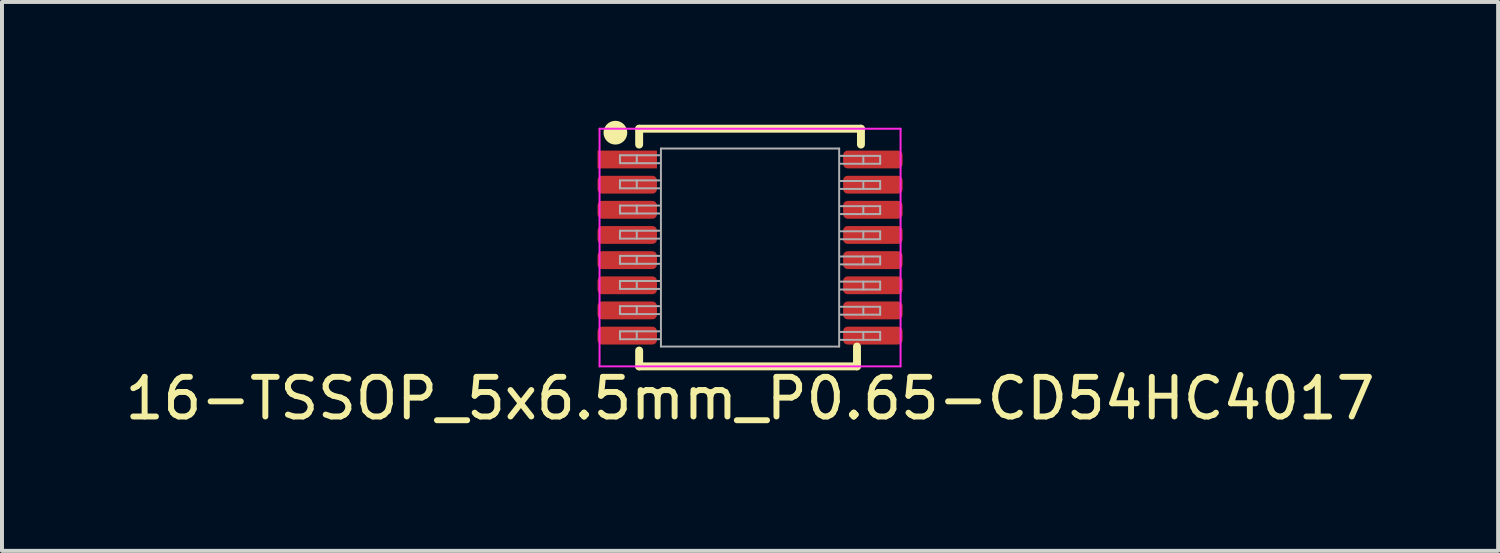
<source format=kicad_pcb>
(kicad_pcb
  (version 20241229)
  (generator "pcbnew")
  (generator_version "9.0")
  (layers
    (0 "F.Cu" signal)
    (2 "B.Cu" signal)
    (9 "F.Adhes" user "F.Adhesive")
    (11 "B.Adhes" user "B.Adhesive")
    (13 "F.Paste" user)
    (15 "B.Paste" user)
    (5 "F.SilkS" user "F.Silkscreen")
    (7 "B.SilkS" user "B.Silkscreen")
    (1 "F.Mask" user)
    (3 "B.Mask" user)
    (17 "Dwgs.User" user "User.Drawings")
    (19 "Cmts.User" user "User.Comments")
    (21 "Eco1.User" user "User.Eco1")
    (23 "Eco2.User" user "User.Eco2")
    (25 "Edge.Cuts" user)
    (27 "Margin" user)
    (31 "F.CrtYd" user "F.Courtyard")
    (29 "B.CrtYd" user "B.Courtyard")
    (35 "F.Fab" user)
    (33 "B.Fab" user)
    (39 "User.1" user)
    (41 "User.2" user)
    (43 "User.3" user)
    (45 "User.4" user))
  (footprint "16-TSSOP_5x6.5mm_P0.65-CD54HC4017"
    (layer "F.Cu")
    (at 15.887 3.2)
    (property "Reference" "16-TSSOP_5x6.5mm_P0.65-CD54HC4017" (at 0 3.81 0) (layer "F.SilkS") (effects (font (size 1 1) (thickness 0.15))))
    (attr through_hole)
    (fp_line (start -2.8 -3) (end -2.8 -2.6) (stroke (width 0.2) (type solid)) (layer "F.SilkS"))
    (fp_line (start -2.8 -3) (end 2.8 -3) (stroke (width 0.2) (type solid)) (layer "F.SilkS"))
    (fp_line (start -2.8 3) (end -2.8 2.6) (stroke (width 0.2) (type solid)) (layer "F.SilkS"))
    (fp_line (start 2.7 2.5) (end 2.7 3) (stroke (width 0.2) (type solid)) (layer "F.SilkS"))
    (fp_line (start 2.7 3) (end -2.8 3) (stroke (width 0.2) (type solid)) (layer "F.SilkS"))
    (fp_line (start 2.8 -3) (end 2.8 -2.6) (stroke (width 0.2) (type solid)) (layer "F.SilkS"))
    (fp_circle (center -3.4 -2.9) (end -3.25 -2.9) (stroke (width 0.3) (type solid)) (fill no) (layer "F.SilkS"))
    (fp_line (start -3.8 -3) (end 3.8 -3) (stroke (width 0.05) (type solid)) (layer "F.CrtYd"))
    (fp_line (start -3.8 3) (end -3.8 -3) (stroke (width 0.05) (type solid)) (layer "F.CrtYd"))
    (fp_line (start 3.8 -3) (end 3.8 3) (stroke (width 0.05) (type solid)) (layer "F.CrtYd"))
    (fp_line (start 3.8 3) (end -3.8 3) (stroke (width 0.05) (type solid)) (layer "F.CrtYd"))
    (fp_line (start -3.285 -2.33) (end -3.285 -2.13) (stroke (width 0.05) (type solid)) (layer "F.Fab"))
    (fp_line (start -3.285 -2.13) (end -2.285 -2.13) (stroke (width 0.05) (type solid)) (layer "F.Fab"))
    (fp_line (start -3.285 -1.695) (end -3.285 -1.495) (stroke (width 0.05) (type solid)) (layer "F.Fab"))
    (fp_line (start -3.285 -1.495) (end -2.285 -1.495) (stroke (width 0.05) (type solid)) (layer "F.Fab"))
    (fp_line (start -3.285 -1.06) (end -3.285 -0.86) (stroke (width 0.05) (type solid)) (layer "F.Fab"))
    (fp_line (start -3.285 -0.86) (end -2.285 -0.86) (stroke (width 0.05) (type solid)) (layer "F.Fab"))
    (fp_line (start -3.285 -0.425) (end -3.285 -0.225) (stroke (width 0.05) (type solid)) (layer "F.Fab"))
    (fp_line (start -3.285 -0.225) (end -2.285 -0.225) (stroke (width 0.05) (type solid)) (layer "F.Fab"))
    (fp_line (start -3.285 0.21) (end -3.285 0.41) (stroke (width 0.05) (type solid)) (layer "F.Fab"))
    (fp_line (start -3.285 0.41) (end -2.285 0.41) (stroke (width 0.05) (type solid)) (layer "F.Fab"))
    (fp_line (start -3.285 0.845) (end -3.285 1.045) (stroke (width 0.05) (type solid)) (layer "F.Fab"))
    (fp_line (start -3.285 1.045) (end -2.285 1.045) (stroke (width 0.05) (type solid)) (layer "F.Fab"))
    (fp_line (start -3.285 1.48) (end -3.285 1.68) (stroke (width 0.05) (type solid)) (layer "F.Fab"))
    (fp_line (start -3.285 1.68) (end -2.285 1.68) (stroke (width 0.05) (type solid)) (layer "F.Fab"))
    (fp_line (start -3.285 2.115) (end -3.285 2.315) (stroke (width 0.05) (type solid)) (layer "F.Fab"))
    (fp_line (start -3.285 2.315) (end -2.285 2.315) (stroke (width 0.05) (type solid)) (layer "F.Fab"))
    (fp_line (start -2.86 -2.33) (end -2.86 -2.13) (stroke (width 0.05) (type solid)) (layer "F.Fab"))
    (fp_line (start -2.86 -1.695) (end -2.86 -1.495) (stroke (width 0.05) (type solid)) (layer "F.Fab"))
    (fp_line (start -2.86 -1.06) (end -2.86 -0.86) (stroke (width 0.05) (type solid)) (layer "F.Fab"))
    (fp_line (start -2.86 -0.425) (end -2.86 -0.225) (stroke (width 0.05) (type solid)) (layer "F.Fab"))
    (fp_line (start -2.86 0.21) (end -2.86 0.41) (stroke (width 0.05) (type solid)) (layer "F.Fab"))
    (fp_line (start -2.86 0.845) (end -2.86 1.045) (stroke (width 0.05) (type solid)) (layer "F.Fab"))
    (fp_line (start -2.86 1.48) (end -2.86 1.68) (stroke (width 0.05) (type solid)) (layer "F.Fab"))
    (fp_line (start -2.86 2.115) (end -2.86 2.315) (stroke (width 0.05) (type solid)) (layer "F.Fab"))
    (fp_line (start -2.285 -2.33) (end -3.285 -2.33) (stroke (width 0.05) (type solid)) (layer "F.Fab"))
    (fp_line (start -2.285 -1.695) (end -3.285 -1.695) (stroke (width 0.05) (type solid)) (layer "F.Fab"))
    (fp_line (start -2.285 -1.06) (end -3.285 -1.06) (stroke (width 0.05) (type solid)) (layer "F.Fab"))
    (fp_line (start -2.285 -0.425) (end -3.285 -0.425) (stroke (width 0.05) (type solid)) (layer "F.Fab"))
    (fp_line (start -2.285 0.21) (end -3.285 0.21) (stroke (width 0.05) (type solid)) (layer "F.Fab"))
    (fp_line (start -2.285 0.845) (end -3.285 0.845) (stroke (width 0.05) (type solid)) (layer "F.Fab"))
    (fp_line (start -2.285 1.48) (end -3.285 1.48) (stroke (width 0.05) (type solid)) (layer "F.Fab"))
    (fp_line (start -2.285 2.115) (end -3.285 2.115) (stroke (width 0.05) (type solid)) (layer "F.Fab"))
    (fp_line (start -2.25 -2.5) (end 2.25 -2.5) (stroke (width 0.05) (type solid)) (layer "F.Fab"))
    (fp_line (start -2.25 2.5) (end -2.25 -2.5) (stroke (width 0.05) (type solid)) (layer "F.Fab"))
    (fp_line (start 2.25 -2.5) (end 2.25 2.5) (stroke (width 0.05) (type solid)) (layer "F.Fab"))
    (fp_line (start 2.25 2.5) (end -2.25 2.5) (stroke (width 0.05) (type solid)) (layer "F.Fab"))
    (fp_line (start 2.285 -2.115) (end 3.285 -2.115) (stroke (width 0.05) (type solid)) (layer "F.Fab"))
    (fp_line (start 2.285 -1.48) (end 3.285 -1.48) (stroke (width 0.05) (type solid)) (layer "F.Fab"))
    (fp_line (start 2.285 -0.845) (end 3.285 -0.845) (stroke (width 0.05) (type solid)) (layer "F.Fab"))
    (fp_line (start 2.285 -0.21) (end 3.285 -0.21) (stroke (width 0.05) (type solid)) (layer "F.Fab"))
    (fp_line (start 2.285 0.425) (end 3.285 0.425) (stroke (width 0.05) (type solid)) (layer "F.Fab"))
    (fp_line (start 2.285 1.06) (end 3.285 1.06) (stroke (width 0.05) (type solid)) (layer "F.Fab"))
    (fp_line (start 2.285 1.695) (end 3.285 1.695) (stroke (width 0.05) (type solid)) (layer "F.Fab"))
    (fp_line (start 2.285 2.33) (end 3.285 2.33) (stroke (width 0.05) (type solid)) (layer "F.Fab"))
    (fp_line (start 2.86 -2.115) (end 2.86 -2.315) (stroke (width 0.05) (type solid)) (layer "F.Fab"))
    (fp_line (start 2.86 -1.48) (end 2.86 -1.68) (stroke (width 0.05) (type solid)) (layer "F.Fab"))
    (fp_line (start 2.86 -0.845) (end 2.86 -1.045) (stroke (width 0.05) (type solid)) (layer "F.Fab"))
    (fp_line (start 2.86 -0.21) (end 2.86 -0.41) (stroke (width 0.05) (type solid)) (layer "F.Fab"))
    (fp_line (start 2.86 0.425) (end 2.86 0.225) (stroke (width 0.05) (type solid)) (layer "F.Fab"))
    (fp_line (start 2.86 1.06) (end 2.86 0.86) (stroke (width 0.05) (type solid)) (layer "F.Fab"))
    (fp_line (start 2.86 1.695) (end 2.86 1.495) (stroke (width 0.05) (type solid)) (layer "F.Fab"))
    (fp_line (start 2.86 2.33) (end 2.86 2.13) (stroke (width 0.05) (type solid)) (layer "F.Fab"))
    (fp_line (start 3.285 -2.315) (end 2.285 -2.315) (stroke (width 0.05) (type solid)) (layer "F.Fab"))
    (fp_line (start 3.285 -2.115) (end 3.285 -2.315) (stroke (width 0.05) (type solid)) (layer "F.Fab"))
    (fp_line (start 3.285 -1.68) (end 2.285 -1.68) (stroke (width 0.05) (type solid)) (layer "F.Fab"))
    (fp_line (start 3.285 -1.48) (end 3.285 -1.68) (stroke (width 0.05) (type solid)) (layer "F.Fab"))
    (fp_line (start 3.285 -1.045) (end 2.285 -1.045) (stroke (width 0.05) (type solid)) (layer "F.Fab"))
    (fp_line (start 3.285 -0.845) (end 3.285 -1.045) (stroke (width 0.05) (type solid)) (layer "F.Fab"))
    (fp_line (start 3.285 -0.41) (end 2.285 -0.41) (stroke (width 0.05) (type solid)) (layer "F.Fab"))
    (fp_line (start 3.285 -0.21) (end 3.285 -0.41) (stroke (width 0.05) (type solid)) (layer "F.Fab"))
    (fp_line (start 3.285 0.225) (end 2.285 0.225) (stroke (width 0.05) (type solid)) (layer "F.Fab"))
    (fp_line (start 3.285 0.425) (end 3.285 0.225) (stroke (width 0.05) (type solid)) (layer "F.Fab"))
    (fp_line (start 3.285 0.86) (end 2.285 0.86) (stroke (width 0.05) (type solid)) (layer "F.Fab"))
    (fp_line (start 3.285 1.06) (end 3.285 0.86) (stroke (width 0.05) (type solid)) (layer "F.Fab"))
    (fp_line (start 3.285 1.495) (end 2.285 1.495) (stroke (width 0.05) (type solid)) (layer "F.Fab"))
    (fp_line (start 3.285 1.695) (end 3.285 1.495) (stroke (width 0.05) (type solid)) (layer "F.Fab"))
    (fp_line (start 3.285 2.13) (end 2.285 2.13) (stroke (width 0.05) (type solid)) (layer "F.Fab"))
    (fp_line (start 3.285 2.33) (end 3.285 2.13) (stroke (width 0.05) (type solid)) (layer "F.Fab"))
    (fp_text user "CP" (at 2.2 -0.953 0) (layer "Eco1.User") (effects (font (size 0.25 0.25) (thickness 0.062)) (justify right)))
    (fp_text user "~{CE}" (at 2.2 -0.318 0) (layer "Eco1.User") (effects (font (size 0.25 0.25) (thickness 0.062)) (justify right)))
    (fp_text user "O2" (at -2.2 -0.318 0) (layer "Eco1.User") (effects (font (size 0.25 0.25) (thickness 0.062)) (justify left)))
    (fp_text user "O7" (at -2.2 0.953 0) (layer "Eco1.User") (effects (font (size 0.25 0.25) (thickness 0.062)) (justify left)))
    (fp_text user "O3" (at -2.2 1.587 0) (layer "Eco1.User") (effects (font (size 0.25 0.25) (thickness 0.062)) (justify left)))
    (fp_text user "GND" (at -2.2 2.223 0) (layer "Eco1.User") (effects (font (size 0.25 0.25) (thickness 0.062)) (justify left)))
    (fp_text user "VCC" (at 2.2 -2.223 0) (layer "Eco1.User") (effects (font (size 0.25 0.25) (thickness 0.062)) (justify right)))
    (fp_text user "O0" (at -2.2 -0.953 0) (layer "Eco1.User") (effects (font (size 0.25 0.25) (thickness 0.062)) (justify left)))
    (fp_text user "O5" (at -2.2 -2.223 0) (layer "Eco1.User") (effects (font (size 0.25 0.25) (thickness 0.062)) (justify left)))
    (fp_text user "O1" (at -2.2 -1.587 0) (layer "Eco1.User") (effects (font (size 0.25 0.25) (thickness 0.062)) (justify left)))
    (fp_text user "O4" (at 2.2 1.587 0) (layer "Eco1.User") (effects (font (size 0.25 0.25) (thickness 0.062)) (justify right)))
    (fp_text user "MR" (at 2.2 -1.587 0) (layer "Eco1.User") (effects (font (size 0.25 0.25) (thickness 0.062)) (justify right)))
    (fp_text user "TC" (at 2.2 0.318 0) (layer "Eco1.User") (effects (font (size 0.25 0.25) (thickness 0.062)) (justify right)))
    (fp_text user "O8" (at 2.2 2.223 0) (layer "Eco1.User") (effects (font (size 0.25 0.25) (thickness 0.062)) (justify right)))
    (fp_text user "O9" (at 2.2 0.953 0) (layer "Eco1.User") (effects (font (size 0.25 0.25) (thickness 0.062)) (justify right)))
    (fp_text user "O6" (at -2.2 0.318 0) (layer "Eco1.User") (effects (font (size 0.25 0.25) (thickness 0.062)) (justify left)))
    (pad "1" smd rect (at -3.1 -2.223) (size 1.5 0.45) (layers "F.Cu" "F.Mask" "F.Paste"))
    (pad "2" smd roundrect (at -3.1 -1.587) (size 1.5 0.45) (layers "F.Cu" "F.Mask" "F.Paste") (roundrect_rratio 0.25))
    (pad "3" smd roundrect (at -3.1 -0.953) (size 1.5 0.45) (layers "F.Cu" "F.Mask" "F.Paste") (roundrect_rratio 0.25))
    (pad "4" smd roundrect (at -3.1 -0.318) (size 1.5 0.45) (layers "F.Cu" "F.Mask" "F.Paste") (roundrect_rratio 0.25))
    (pad "5" smd roundrect (at -3.1 0.318) (size 1.5 0.45) (layers "F.Cu" "F.Mask" "F.Paste") (roundrect_rratio 0.25))
    (pad "6" smd roundrect (at -3.1 0.953) (size 1.5 0.45) (layers "F.Cu" "F.Mask" "F.Paste") (roundrect_rratio 0.25))
    (pad "7" smd roundrect (at -3.1 1.587) (size 1.5 0.45) (layers "F.Cu" "F.Mask" "F.Paste") (roundrect_rratio 0.25))
    (pad "8" smd roundrect (at -3.1 2.223) (size 1.5 0.45) (layers "F.Cu" "F.Mask" "F.Paste") (roundrect_rratio 0.25))
    (pad "9" smd roundrect (at 3.1 2.223) (size 1.5 0.45) (layers "F.Cu" "F.Mask" "F.Paste") (roundrect_rratio 0.25))
    (pad "10" smd roundrect (at 3.1 1.587) (size 1.5 0.45) (layers "F.Cu" "F.Mask" "F.Paste") (roundrect_rratio 0.25))
    (pad "11" smd roundrect (at 3.1 0.953) (size 1.5 0.45) (layers "F.Cu" "F.Mask" "F.Paste") (roundrect_rratio 0.25))
    (pad "12" smd roundrect (at 3.1 0.318) (size 1.5 0.45) (layers "F.Cu" "F.Mask" "F.Paste") (roundrect_rratio 0.25))
    (pad "13" smd roundrect (at 3.1 -0.318) (size 1.5 0.45) (layers "F.Cu" "F.Mask" "F.Paste") (roundrect_rratio 0.25))
    (pad "14" smd roundrect (at 3.1 -0.953) (size 1.5 0.45) (layers "F.Cu" "F.Mask" "F.Paste") (roundrect_rratio 0.25))
    (pad "15" smd roundrect (at 3.1 -1.587) (size 1.5 0.45) (layers "F.Cu" "F.Mask" "F.Paste") (roundrect_rratio 0.25))
    (pad "16" smd roundrect (at 3.1 -2.223) (size 1.5 0.45) (layers "F.Cu" "F.Mask" "F.Paste") (roundrect_rratio 0.25)))
  (gr_rect
    (start -3 -3)
    (end 34.774 10.858)
    (stroke (width 0.1) (type default))
    (fill no)
    (layer "Edge.Cuts")))
</source>
